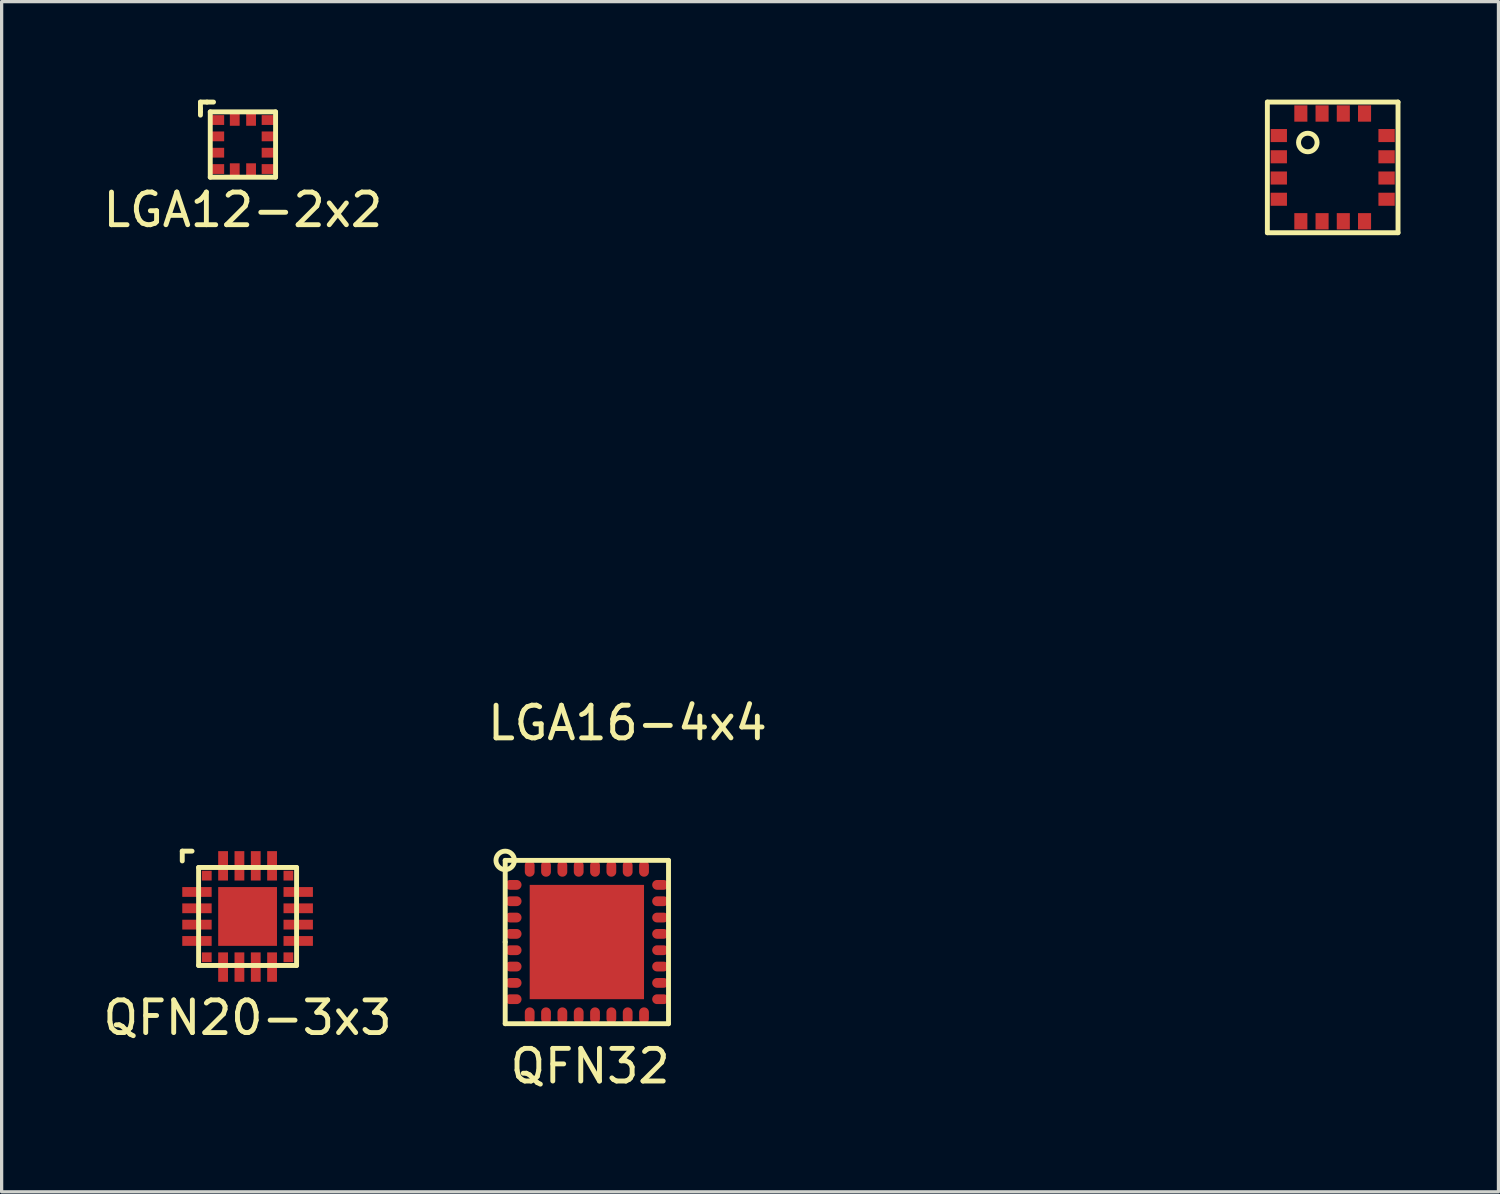
<source format=kicad_pcb>
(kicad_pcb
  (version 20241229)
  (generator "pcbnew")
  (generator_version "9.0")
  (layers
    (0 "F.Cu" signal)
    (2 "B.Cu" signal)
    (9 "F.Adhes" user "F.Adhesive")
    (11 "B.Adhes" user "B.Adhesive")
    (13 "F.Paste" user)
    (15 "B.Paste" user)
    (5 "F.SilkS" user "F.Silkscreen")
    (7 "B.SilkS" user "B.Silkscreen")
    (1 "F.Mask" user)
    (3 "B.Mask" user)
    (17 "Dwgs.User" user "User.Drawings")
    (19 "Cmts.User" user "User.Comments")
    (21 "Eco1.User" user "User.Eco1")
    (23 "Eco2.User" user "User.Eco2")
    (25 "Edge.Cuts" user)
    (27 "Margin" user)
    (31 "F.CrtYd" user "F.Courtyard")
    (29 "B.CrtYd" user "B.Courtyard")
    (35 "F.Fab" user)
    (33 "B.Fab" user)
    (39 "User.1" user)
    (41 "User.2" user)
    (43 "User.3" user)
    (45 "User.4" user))
  (footprint "QFN20-3x3"
    (layer "F.Cu")
    (at 4.53 25.008)
    (property "Reference" "QFN20-3x3" (at 0 3.1 0) (layer "F.SilkS") (effects (font (size 1 1) (thickness 0.15))))
    (attr through_hole)
    (fp_line (start -2 -2) (end -1.7 -2) (stroke (width 0.15) (type solid)) (layer "F.SilkS"))
    (fp_line (start -2 -1.7) (end -2 -2) (stroke (width 0.15) (type solid)) (layer "F.SilkS"))
    (fp_line (start -1.5 -1.5) (end -1.5 1.5) (stroke (width 0.15) (type solid)) (layer "F.SilkS"))
    (fp_line (start -1.5 -1.5) (end 1.5 -1.5) (stroke (width 0.15) (type solid)) (layer "F.SilkS"))
    (fp_line (start 1.5 -1.5) (end 1.5 1.5) (stroke (width 0.15) (type solid)) (layer "F.SilkS"))
    (fp_line (start 1.5 1.5) (end -1.5 1.5) (stroke (width 0.15) (type solid)) (layer "F.SilkS"))
    (pad "1" smd rect (at -1.25 -1.25) (size 0.3 0.3) (layers "F.Cu" "F.Mask" "F.Paste"))
    (pad "2" smd rect (at -1.55 -0.75 90) (size 0.3 0.9) (layers "F.Cu" "F.Mask" "F.Paste"))
    (pad "3" smd rect (at -1.55 -0.25 90) (size 0.3 0.9) (layers "F.Cu" "F.Mask" "F.Paste"))
    (pad "4" smd rect (at -1.55 0.25 90) (size 0.3 0.9) (layers "F.Cu" "F.Mask" "F.Paste"))
    (pad "5" smd rect (at -1.55 0.75 90) (size 0.3 0.9) (layers "F.Cu" "F.Mask" "F.Paste"))
    (pad "6" smd rect (at -1.25 1.25) (size 0.3 0.3) (layers "F.Cu" "F.Mask" "F.Paste"))
    (pad "7" smd rect (at -0.75 1.55) (size 0.3 0.9) (layers "F.Cu" "F.Mask" "F.Paste"))
    (pad "8" smd rect (at -0.25 1.55) (size 0.3 0.9) (layers "F.Cu" "F.Mask" "F.Paste"))
    (pad "9" smd rect (at 0.25 1.55) (size 0.3 0.9) (layers "F.Cu" "F.Mask" "F.Paste"))
    (pad "10" smd rect (at 0.75 1.55) (size 0.3 0.9) (layers "F.Cu" "F.Mask" "F.Paste"))
    (pad "11" smd rect (at 1.25 1.25 90) (size 0.3 0.3) (layers "F.Cu" "F.Mask" "F.Paste"))
    (pad "12" smd rect (at 1.55 0.75 90) (size 0.3 0.9) (layers "F.Cu" "F.Mask" "F.Paste"))
    (pad "13" smd rect (at 1.55 0.25 90) (size 0.3 0.9) (layers "F.Cu" "F.Mask" "F.Paste"))
    (pad "14" smd rect (at 1.55 -0.25 90) (size 0.3 0.9) (layers "F.Cu" "F.Mask" "F.Paste"))
    (pad "15" smd rect (at 1.55 -0.75 90) (size 0.3 0.9) (layers "F.Cu" "F.Mask" "F.Paste"))
    (pad "16" smd rect (at 1.25 -1.25) (size 0.3 0.3) (layers "F.Cu" "F.Mask" "F.Paste"))
    (pad "17" smd rect (at 0.75 -1.55) (size 0.3 0.9) (layers "F.Cu" "F.Mask" "F.Paste"))
    (pad "18" smd rect (at 0.25 -1.55) (size 0.3 0.9) (layers "F.Cu" "F.Mask" "F.Paste"))
    (pad "19" smd rect (at -0.25 -1.55) (size 0.3 0.9) (layers "F.Cu" "F.Mask" "F.Paste"))
    (pad "20" smd rect (at -0.75 -1.55) (size 0.3 0.9) (layers "F.Cu" "F.Mask" "F.Paste"))
    (pad "21" smd rect (at 0 0) (size 1.8 1.8) (layers "F.Cu" "F.Mask" "F.Paste")))
  (footprint "LGA12-2x2"
    (layer "F.Cu")
    (at 4.387 1.375)
    (property "Reference" "LGA12-2x2" (at 0 2 0) (layer "F.SilkS") (effects (font (size 1 1) (thickness 0.15))))
    (attr through_hole)
    (fp_line (start -1.3 -1.3) (end -1.3 -1.1) (stroke (width 0.15) (type solid)) (layer "F.SilkS"))
    (fp_line (start -1.3 -1.3) (end -1.1 -1.3) (stroke (width 0.15) (type solid)) (layer "F.SilkS"))
    (fp_line (start -1.3 -1) (end -1.3 -1.1) (stroke (width 0.15) (type solid)) (layer "F.SilkS"))
    (fp_line (start -1.3 -0.9) (end -1.3 -1) (stroke (width 0.15) (type solid)) (layer "F.SilkS"))
    (fp_line (start -1.1 -1.3) (end -0.9 -1.3) (stroke (width 0.15) (type solid)) (layer "F.SilkS"))
    (fp_line (start -1 -1) (end 1 -1) (stroke (width 0.15) (type solid)) (layer "F.SilkS"))
    (fp_line (start -1 1) (end -1 -1) (stroke (width 0.15) (type solid)) (layer "F.SilkS"))
    (fp_line (start 1 -1) (end 1 1) (stroke (width 0.15) (type solid)) (layer "F.SilkS"))
    (fp_line (start 1 1) (end -1 1) (stroke (width 0.15) (type solid)) (layer "F.SilkS"))
    (pad "1" smd rect (at -0.762 -0.75 180) (size 0.375 0.3) (layers "F.Cu" "F.Mask" "F.Paste"))
    (pad "2" smd rect (at -0.762 -0.25 180) (size 0.375 0.3) (layers "F.Cu" "F.Mask" "F.Paste"))
    (pad "3" smd rect (at -0.762 0.25 180) (size 0.375 0.3) (layers "F.Cu" "F.Mask" "F.Paste"))
    (pad "4" smd rect (at -0.762 0.75 180) (size 0.375 0.3) (layers "F.Cu" "F.Mask" "F.Paste"))
    (pad "5" smd rect (at -0.25 0.762 90) (size 0.375 0.3) (layers "F.Cu" "F.Mask" "F.Paste"))
    (pad "6" smd rect (at 0.25 0.762 90) (size 0.375 0.3) (layers "F.Cu" "F.Mask" "F.Paste"))
    (pad "7" smd rect (at 0.762 0.75 180) (size 0.375 0.3) (layers "F.Cu" "F.Mask" "F.Paste"))
    (pad "8" smd rect (at 0.762 0.25 180) (size 0.375 0.3) (layers "F.Cu" "F.Mask" "F.Paste"))
    (pad "9" smd rect (at 0.762 -0.25 180) (size 0.375 0.3) (layers "F.Cu" "F.Mask" "F.Paste"))
    (pad "10" smd rect (at 0.762 -0.75 180) (size 0.375 0.3) (layers "F.Cu" "F.Mask" "F.Paste"))
    (pad "11" smd rect (at 0.25 -0.762 90) (size 0.375 0.3) (layers "F.Cu" "F.Mask" "F.Paste"))
    (pad "12" smd rect (at -0.25 -0.762 90) (size 0.375 0.3) (layers "F.Cu" "F.Mask" "F.Paste")))
  (footprint "QFN32"
    (layer "F.Cu")
    (at 14.917 25.791)
    (property "Reference" "QFN32" (at 0.1 3.8 0) (layer "F.SilkS") (effects (font (size 1 1) (thickness 0.15))))
    (attr through_hole)
    (fp_line (start -2.5 -2.5) (end 2.5 -2.5) (stroke (width 0.15) (type solid)) (layer "F.SilkS"))
    (fp_line (start -2.5 0) (end -2.5 -2.5) (stroke (width 0.15) (type solid)) (layer "F.SilkS"))
    (fp_line (start -2.5 2.5) (end -2.5 0) (stroke (width 0.15) (type solid)) (layer "F.SilkS"))
    (fp_line (start 2.5 -2.5) (end 2.5 2.5) (stroke (width 0.15) (type solid)) (layer "F.SilkS"))
    (fp_line (start 2.5 2.5) (end -2.5 2.5) (stroke (width 0.15) (type solid)) (layer "F.SilkS"))
    (fp_circle (center -2.5 -2.5) (end -2.7 -2.7) (stroke (width 0.15) (type solid)) (fill no) (layer "F.SilkS"))
    (pad "1" smd oval (at -2.25 -1.75 90) (size 0.3 0.5) (layers "F.Cu" "F.Mask" "F.Paste"))
    (pad "2" smd oval (at -2.25 -1.25 90) (size 0.3 0.5) (layers "F.Cu" "F.Mask" "F.Paste"))
    (pad "3" smd oval (at -2.25 -0.75 90) (size 0.3 0.5) (layers "F.Cu" "F.Mask" "F.Paste"))
    (pad "4" smd oval (at -2.25 -0.25 90) (size 0.3 0.5) (layers "F.Cu" "F.Mask" "F.Paste"))
    (pad "5" smd oval (at -2.25 0.25 90) (size 0.3 0.5) (layers "F.Cu" "F.Mask" "F.Paste"))
    (pad "6" smd oval (at -2.25 0.75 90) (size 0.3 0.5) (layers "F.Cu" "F.Mask" "F.Paste"))
    (pad "7" smd oval (at -2.25 1.25 90) (size 0.3 0.5) (layers "F.Cu" "F.Mask" "F.Paste"))
    (pad "8" smd oval (at -2.25 1.75 90) (size 0.3 0.5) (layers "F.Cu" "F.Mask" "F.Paste"))
    (pad "9" smd oval (at -1.75 2.25) (size 0.3 0.5) (layers "F.Cu" "F.Mask" "F.Paste"))
    (pad "10" smd oval (at -1.25 2.25) (size 0.3 0.5) (layers "F.Cu" "F.Mask" "F.Paste"))
    (pad "11" smd oval (at -0.75 2.25) (size 0.3 0.5) (layers "F.Cu" "F.Mask" "F.Paste"))
    (pad "12" smd oval (at -0.25 2.25) (size 0.3 0.5) (layers "F.Cu" "F.Mask" "F.Paste"))
    (pad "13" smd oval (at 0.25 2.25) (size 0.3 0.5) (layers "F.Cu" "F.Mask" "F.Paste"))
    (pad "14" smd oval (at 0.75 2.25) (size 0.3 0.5) (layers "F.Cu" "F.Mask" "F.Paste"))
    (pad "15" smd oval (at 1.25 2.25) (size 0.3 0.5) (layers "F.Cu" "F.Mask" "F.Paste"))
    (pad "16" smd oval (at 1.75 2.25) (size 0.3 0.5) (layers "F.Cu" "F.Mask" "F.Paste"))
    (pad "17" smd oval (at 2.25 1.75 90) (size 0.3 0.5) (layers "F.Cu" "F.Mask" "F.Paste"))
    (pad "18" smd oval (at 2.25 1.25 90) (size 0.3 0.5) (layers "F.Cu" "F.Mask" "F.Paste"))
    (pad "19" smd oval (at 2.25 0.75 90) (size 0.3 0.5) (layers "F.Cu" "F.Mask" "F.Paste"))
    (pad "20" smd oval (at 2.25 0.25 90) (size 0.3 0.5) (layers "F.Cu" "F.Mask" "F.Paste"))
    (pad "21" smd oval (at 2.25 -0.25 90) (size 0.3 0.5) (layers "F.Cu" "F.Mask" "F.Paste"))
    (pad "22" smd oval (at 2.25 -0.75 90) (size 0.3 0.5) (layers "F.Cu" "F.Mask" "F.Paste"))
    (pad "23" smd oval (at 2.25 -1.25 90) (size 0.3 0.5) (layers "F.Cu" "F.Mask" "F.Paste"))
    (pad "24" smd oval (at 2.25 -1.75 90) (size 0.3 0.5) (layers "F.Cu" "F.Mask" "F.Paste"))
    (pad "25" smd oval (at 1.75 -2.25) (size 0.3 0.5) (layers "F.Cu" "F.Mask" "F.Paste"))
    (pad "26" smd oval (at 1.25 -2.25) (size 0.3 0.5) (layers "F.Cu" "F.Mask" "F.Paste"))
    (pad "27" smd oval (at 0.75 -2.25) (size 0.3 0.5) (layers "F.Cu" "F.Mask" "F.Paste"))
    (pad "28" smd oval (at 0.25 -2.25) (size 0.3 0.5) (layers "F.Cu" "F.Mask" "F.Paste"))
    (pad "29" smd oval (at -0.25 -2.25) (size 0.3 0.5) (layers "F.Cu" "F.Mask" "F.Paste"))
    (pad "30" smd oval (at -0.75 -2.25) (size 0.3 0.5) (layers "F.Cu" "F.Mask" "F.Paste"))
    (pad "31" smd oval (at -1.25 -2.25) (size 0.3 0.5) (layers "F.Cu" "F.Mask" "F.Paste"))
    (pad "32" smd oval (at -1.75 -2.25) (size 0.3 0.5) (layers "F.Cu" "F.Mask" "F.Paste"))
    (pad "33" smd rect (at 0 0) (size 3.5 3.5) (layers "F.Cu" "F.Mask" "F.Paste")))
  (footprint "LGA16-4x4"
    (layer "F.Cu")
    (at 37.751 2.075)
    (property "Reference" "LGA16-4x4" (at -21.59 17.01 0) (layer "F.SilkS") (effects (font (size 1 1) (thickness 0.15))))
    (attr through_hole)
    (fp_line (start -2 -2) (end 2 -2) (stroke (width 0.15) (type solid)) (layer "F.SilkS"))
    (fp_line (start -2 2) (end -2 -2) (stroke (width 0.15) (type solid)) (layer "F.SilkS"))
    (fp_line (start 2 -2) (end 2 2) (stroke (width 0.15) (type solid)) (layer "F.SilkS"))
    (fp_line (start 2 2) (end -2 2) (stroke (width 0.15) (type solid)) (layer "F.SilkS"))
    (fp_circle (center -0.762 -0.762) (end -1.016 -0.889) (stroke (width 0.15) (type solid)) (fill no) (layer "F.SilkS"))
    (pad "1" smd rect (at -1.65 -0.975 90) (size 0.4 0.5) (layers "F.Cu" "F.Mask" "F.Paste"))
    (pad "2" smd rect (at -1.65 -0.325 90) (size 0.4 0.5) (layers "F.Cu" "F.Mask" "F.Paste"))
    (pad "3" smd rect (at -1.65 0.325 90) (size 0.4 0.5) (layers "F.Cu" "F.Mask" "F.Paste"))
    (pad "4" smd rect (at -1.65 0.975 90) (size 0.4 0.5) (layers "F.Cu" "F.Mask" "F.Paste"))
    (pad "5" smd rect (at -0.975 1.65 180) (size 0.4 0.5) (layers "F.Cu" "F.Mask" "F.Paste"))
    (pad "6" smd rect (at -0.325 1.65) (size 0.4 0.5) (layers "F.Cu" "F.Mask" "F.Paste"))
    (pad "7" smd rect (at 0.325 1.65) (size 0.4 0.5) (layers "F.Cu" "F.Mask" "F.Paste"))
    (pad "8" smd rect (at 0.975 1.65) (size 0.4 0.5) (layers "F.Cu" "F.Mask" "F.Paste"))
    (pad "9" smd rect (at 1.65 0.975 90) (size 0.4 0.5) (layers "F.Cu" "F.Mask" "F.Paste"))
    (pad "10" smd rect (at 1.65 0.325 90) (size 0.4 0.5) (layers "F.Cu" "F.Mask" "F.Paste"))
    (pad "11" smd rect (at 1.65 -0.325 90) (size 0.4 0.5) (layers "F.Cu" "F.Mask" "F.Paste"))
    (pad "12" smd rect (at 1.65 -0.975 90) (size 0.4 0.5) (layers "F.Cu" "F.Mask" "F.Paste"))
    (pad "13" smd rect (at 0.975 -1.65) (size 0.4 0.5) (layers "F.Cu" "F.Mask" "F.Paste"))
    (pad "14" smd rect (at 0.325 -1.65) (size 0.4 0.5) (layers "F.Cu" "F.Mask" "F.Paste"))
    (pad "15" smd rect (at -0.325 -1.65) (size 0.4 0.5) (layers "F.Cu" "F.Mask" "F.Paste"))
    (pad "16" smd rect (at -0.975 -1.65) (size 0.4 0.5) (layers "F.Cu" "F.Mask" "F.Paste")))
  (gr_rect
    (start -3 -3)
    (end 42.826 33.439)
    (stroke (width 0.1) (type default))
    (fill no)
    (layer "Edge.Cuts")))
</source>
